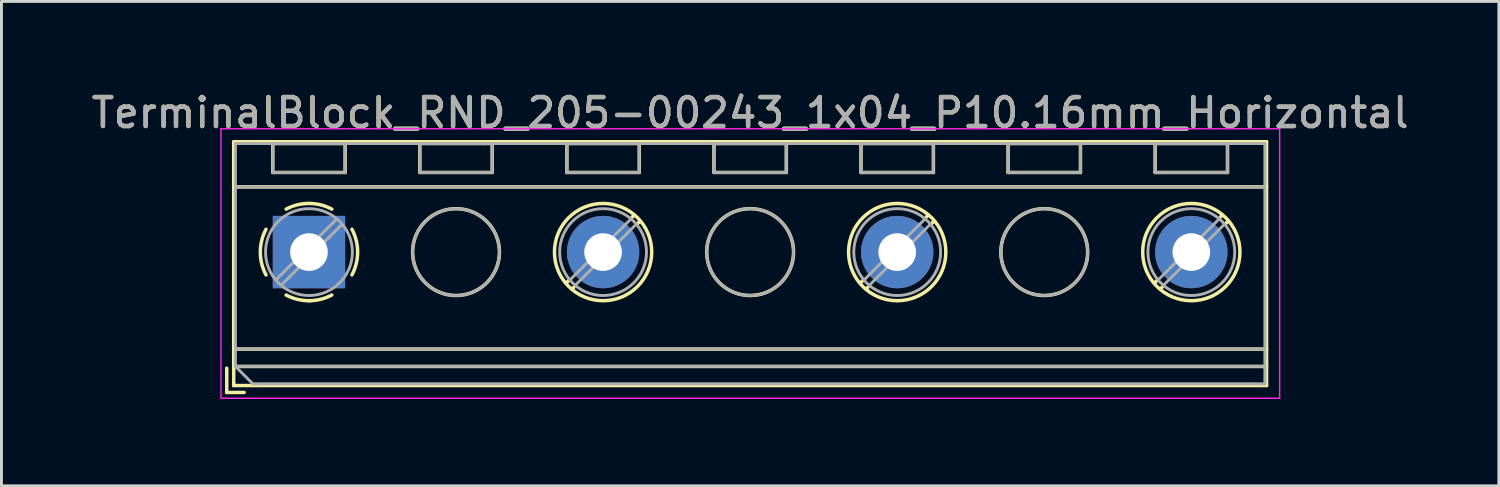
<source format=kicad_pcb>
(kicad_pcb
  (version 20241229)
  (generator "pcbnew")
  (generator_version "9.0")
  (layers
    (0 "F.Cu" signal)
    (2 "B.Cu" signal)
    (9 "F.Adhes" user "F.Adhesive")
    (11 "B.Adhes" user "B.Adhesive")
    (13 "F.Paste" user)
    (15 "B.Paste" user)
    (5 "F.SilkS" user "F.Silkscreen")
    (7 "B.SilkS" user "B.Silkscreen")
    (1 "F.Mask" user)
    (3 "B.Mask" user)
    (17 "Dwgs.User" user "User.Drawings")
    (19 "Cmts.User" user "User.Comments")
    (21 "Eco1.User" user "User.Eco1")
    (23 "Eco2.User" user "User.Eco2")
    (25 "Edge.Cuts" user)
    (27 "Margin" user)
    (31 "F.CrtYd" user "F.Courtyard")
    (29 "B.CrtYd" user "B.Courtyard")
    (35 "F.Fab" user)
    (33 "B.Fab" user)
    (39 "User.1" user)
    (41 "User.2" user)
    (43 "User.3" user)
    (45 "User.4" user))
  (footprint "TerminalBlock_RND_205-00243_1x04_P10.16mm_Horizontal"
    (layer "F.Cu")
    (at 7.623 5.658)
    (property "Reference" "TerminalBlock_RND_205-00243_1x04_P10.16mm_Horizontal" (at 15.24 -4.81 0) (layer "F.SilkS") (effects (font (size 1 1) (thickness 0.15))))
    (attr through_hole)
    (fp_line (start -2.84 4.01) (end -2.84 4.85) (stroke (width 0.12) (type solid)) (layer "F.SilkS"))
    (fp_line (start -2.84 4.85) (end -2.24 4.85) (stroke (width 0.12) (type solid)) (layer "F.SilkS"))
    (fp_line (start -2.6 -3.811) (end -2.6 4.61) (stroke (width 0.12) (type solid)) (layer "F.SilkS"))
    (fp_line (start -2.6 -3.811) (end 33.08 -3.811) (stroke (width 0.12) (type solid)) (layer "F.SilkS"))
    (fp_line (start -2.6 -2.251) (end 33.08 -2.251) (stroke (width 0.12) (type solid)) (layer "F.SilkS"))
    (fp_line (start -2.6 3.35) (end 33.08 3.35) (stroke (width 0.12) (type solid)) (layer "F.SilkS"))
    (fp_line (start -2.6 3.95) (end 33.08 3.95) (stroke (width 0.12) (type solid)) (layer "F.SilkS"))
    (fp_line (start -2.6 4.61) (end 33.08 4.61) (stroke (width 0.12) (type solid)) (layer "F.SilkS"))
    (fp_line (start -1.25 -3.751) (end -1.25 -2.751) (stroke (width 0.12) (type solid)) (layer "F.SilkS"))
    (fp_line (start -1.25 -3.751) (end 1.25 -3.751) (stroke (width 0.12) (type solid)) (layer "F.SilkS"))
    (fp_line (start -1.25 -2.751) (end 1.25 -2.751) (stroke (width 0.12) (type solid)) (layer "F.SilkS"))
    (fp_line (start 1.25 -3.751) (end 1.25 -2.751) (stroke (width 0.12) (type solid)) (layer "F.SilkS"))
    (fp_line (start 3.83 -3.751) (end 3.83 -2.751) (stroke (width 0.12) (type solid)) (layer "F.SilkS"))
    (fp_line (start 3.83 -3.751) (end 6.33 -3.751) (stroke (width 0.12) (type solid)) (layer "F.SilkS"))
    (fp_line (start 3.83 -2.751) (end 6.33 -2.751) (stroke (width 0.12) (type solid)) (layer "F.SilkS"))
    (fp_line (start 6.33 -3.751) (end 6.33 -2.751) (stroke (width 0.12) (type solid)) (layer "F.SilkS"))
    (fp_line (start 8.91 -3.751) (end 8.91 -2.751) (stroke (width 0.12) (type solid)) (layer "F.SilkS"))
    (fp_line (start 8.91 -3.751) (end 11.41 -3.751) (stroke (width 0.12) (type solid)) (layer "F.SilkS"))
    (fp_line (start 8.91 -2.751) (end 11.41 -2.751) (stroke (width 0.12) (type solid)) (layer "F.SilkS"))
    (fp_line (start 8.98 0.976) (end 8.886 1.069) (stroke (width 0.12) (type solid)) (layer "F.SilkS"))
    (fp_line (start 9.15 1.216) (end 9.091 1.274) (stroke (width 0.12) (type solid)) (layer "F.SilkS"))
    (fp_line (start 11.23 -1.275) (end 11.171 -1.216) (stroke (width 0.12) (type solid)) (layer "F.SilkS"))
    (fp_line (start 11.41 -3.751) (end 11.41 -2.751) (stroke (width 0.12) (type solid)) (layer "F.SilkS"))
    (fp_line (start 11.435 -1.069) (end 11.341 -0.976) (stroke (width 0.12) (type solid)) (layer "F.SilkS"))
    (fp_line (start 13.99 -3.751) (end 13.99 -2.751) (stroke (width 0.12) (type solid)) (layer "F.SilkS"))
    (fp_line (start 13.99 -3.751) (end 16.49 -3.751) (stroke (width 0.12) (type solid)) (layer "F.SilkS"))
    (fp_line (start 13.99 -2.751) (end 16.49 -2.751) (stroke (width 0.12) (type solid)) (layer "F.SilkS"))
    (fp_line (start 16.49 -3.751) (end 16.49 -2.751) (stroke (width 0.12) (type solid)) (layer "F.SilkS"))
    (fp_line (start 19.07 -3.751) (end 19.07 -2.751) (stroke (width 0.12) (type solid)) (layer "F.SilkS"))
    (fp_line (start 19.07 -3.751) (end 21.57 -3.751) (stroke (width 0.12) (type solid)) (layer "F.SilkS"))
    (fp_line (start 19.07 -2.751) (end 21.57 -2.751) (stroke (width 0.12) (type solid)) (layer "F.SilkS"))
    (fp_line (start 19.14 0.976) (end 19.046 1.069) (stroke (width 0.12) (type solid)) (layer "F.SilkS"))
    (fp_line (start 19.31 1.216) (end 19.251 1.274) (stroke (width 0.12) (type solid)) (layer "F.SilkS"))
    (fp_line (start 21.39 -1.275) (end 21.331 -1.216) (stroke (width 0.12) (type solid)) (layer "F.SilkS"))
    (fp_line (start 21.57 -3.751) (end 21.57 -2.751) (stroke (width 0.12) (type solid)) (layer "F.SilkS"))
    (fp_line (start 21.595 -1.069) (end 21.501 -0.976) (stroke (width 0.12) (type solid)) (layer "F.SilkS"))
    (fp_line (start 24.15 -3.751) (end 24.15 -2.751) (stroke (width 0.12) (type solid)) (layer "F.SilkS"))
    (fp_line (start 24.15 -3.751) (end 26.65 -3.751) (stroke (width 0.12) (type solid)) (layer "F.SilkS"))
    (fp_line (start 24.15 -2.751) (end 26.65 -2.751) (stroke (width 0.12) (type solid)) (layer "F.SilkS"))
    (fp_line (start 26.65 -3.751) (end 26.65 -2.751) (stroke (width 0.12) (type solid)) (layer "F.SilkS"))
    (fp_line (start 29.23 -3.751) (end 29.23 -2.751) (stroke (width 0.12) (type solid)) (layer "F.SilkS"))
    (fp_line (start 29.23 -3.751) (end 31.73 -3.751) (stroke (width 0.12) (type solid)) (layer "F.SilkS"))
    (fp_line (start 29.23 -2.751) (end 31.73 -2.751) (stroke (width 0.12) (type solid)) (layer "F.SilkS"))
    (fp_line (start 29.3 0.976) (end 29.206 1.069) (stroke (width 0.12) (type solid)) (layer "F.SilkS"))
    (fp_line (start 29.47 1.216) (end 29.411 1.274) (stroke (width 0.12) (type solid)) (layer "F.SilkS"))
    (fp_line (start 31.55 -1.275) (end 31.491 -1.216) (stroke (width 0.12) (type solid)) (layer "F.SilkS"))
    (fp_line (start 31.73 -3.751) (end 31.73 -2.751) (stroke (width 0.12) (type solid)) (layer "F.SilkS"))
    (fp_line (start 31.755 -1.069) (end 31.661 -0.976) (stroke (width 0.12) (type solid)) (layer "F.SilkS"))
    (fp_line (start 33.08 -3.811) (end 33.08 4.61) (stroke (width 0.12) (type solid)) (layer "F.SilkS"))
    (fp_arc (start -1.483953 0.789089) (mid -1.680708 0.00005) (end -1.484 -0.789) (stroke (width 0.12) (type solid)) (layer "F.SilkS"))
    (fp_arc (start -0.789089 -1.483953) (mid -0.00005 -1.680708) (end 0.789 -1.484) (stroke (width 0.12) (type solid)) (layer "F.SilkS"))
    (fp_arc (start 0.029383 1.68045) (mid -0.392304 1.634281) (end -0.789 1.484) (stroke (width 0.12) (type solid)) (layer "F.SilkS"))
    (fp_arc (start 0.788712 1.483352) (mid 0.406429 1.630097) (end 0 1.68) (stroke (width 0.12) (type solid)) (layer "F.SilkS"))
    (fp_arc (start 1.483953 -0.789089) (mid 1.680708 -0.00005) (end 1.484 0.789) (stroke (width 0.12) (type solid)) (layer "F.SilkS"))
    (fp_circle (center 5.08 0) (end 6.58 0) (stroke (width 0.12) (type solid)) (fill no) (layer "F.SilkS"))
    (fp_circle (center 10.16 0) (end 11.84 0) (stroke (width 0.12) (type solid)) (fill no) (layer "F.SilkS"))
    (fp_circle (center 15.24 0) (end 16.74 0) (stroke (width 0.12) (type solid)) (fill no) (layer "F.SilkS"))
    (fp_circle (center 20.32 0) (end 22 0) (stroke (width 0.12) (type solid)) (fill no) (layer "F.SilkS"))
    (fp_circle (center 25.4 0) (end 26.9 0) (stroke (width 0.12) (type solid)) (fill no) (layer "F.SilkS"))
    (fp_circle (center 30.48 0) (end 32.16 0) (stroke (width 0.12) (type solid)) (fill no) (layer "F.SilkS"))
    (fp_line (start -3.04 -4.26) (end -3.04 5.05) (stroke (width 0.05) (type solid)) (layer "F.CrtYd"))
    (fp_line (start -3.04 5.05) (end 33.53 5.05) (stroke (width 0.05) (type solid)) (layer "F.CrtYd"))
    (fp_line (start 33.53 -4.26) (end -3.04 -4.26) (stroke (width 0.05) (type solid)) (layer "F.CrtYd"))
    (fp_line (start 33.53 5.05) (end 33.53 -4.26) (stroke (width 0.05) (type solid)) (layer "F.CrtYd"))
    (fp_line (start -2.54 -3.75) (end 33.02 -3.75) (stroke (width 0.1) (type solid)) (layer "F.Fab"))
    (fp_line (start -2.54 -2.25) (end 33.02 -2.25) (stroke (width 0.1) (type solid)) (layer "F.Fab"))
    (fp_line (start -2.54 3.35) (end 33.02 3.35) (stroke (width 0.1) (type solid)) (layer "F.Fab"))
    (fp_line (start -2.54 3.95) (end -2.54 -3.75) (stroke (width 0.1) (type solid)) (layer "F.Fab"))
    (fp_line (start -2.54 3.95) (end 33.02 3.95) (stroke (width 0.1) (type solid)) (layer "F.Fab"))
    (fp_line (start -1.94 4.55) (end -2.54 3.95) (stroke (width 0.1) (type solid)) (layer "F.Fab"))
    (fp_line (start -1.25 -3.75) (end -1.25 -2.75) (stroke (width 0.1) (type solid)) (layer "F.Fab"))
    (fp_line (start -1.25 -2.75) (end 1.25 -2.75) (stroke (width 0.1) (type solid)) (layer "F.Fab"))
    (fp_line (start 0.955 -1.138) (end -1.138 0.955) (stroke (width 0.1) (type solid)) (layer "F.Fab"))
    (fp_line (start 1.138 -0.955) (end -0.955 1.138) (stroke (width 0.1) (type solid)) (layer "F.Fab"))
    (fp_line (start 1.25 -3.75) (end -1.25 -3.75) (stroke (width 0.1) (type solid)) (layer "F.Fab"))
    (fp_line (start 1.25 -2.75) (end 1.25 -3.75) (stroke (width 0.1) (type solid)) (layer "F.Fab"))
    (fp_line (start 3.83 -3.75) (end 3.83 -2.75) (stroke (width 0.1) (type solid)) (layer "F.Fab"))
    (fp_line (start 3.83 -2.75) (end 6.33 -2.75) (stroke (width 0.1) (type solid)) (layer "F.Fab"))
    (fp_line (start 6.33 -3.75) (end 3.83 -3.75) (stroke (width 0.1) (type solid)) (layer "F.Fab"))
    (fp_line (start 6.33 -2.75) (end 6.33 -3.75) (stroke (width 0.1) (type solid)) (layer "F.Fab"))
    (fp_line (start 8.91 -3.75) (end 8.91 -2.75) (stroke (width 0.1) (type solid)) (layer "F.Fab"))
    (fp_line (start 8.91 -2.75) (end 11.41 -2.75) (stroke (width 0.1) (type solid)) (layer "F.Fab"))
    (fp_line (start 11.115 -1.138) (end 9.023 0.955) (stroke (width 0.1) (type solid)) (layer "F.Fab"))
    (fp_line (start 11.298 -0.955) (end 9.206 1.138) (stroke (width 0.1) (type solid)) (layer "F.Fab"))
    (fp_line (start 11.41 -3.75) (end 8.91 -3.75) (stroke (width 0.1) (type solid)) (layer "F.Fab"))
    (fp_line (start 11.41 -2.75) (end 11.41 -3.75) (stroke (width 0.1) (type solid)) (layer "F.Fab"))
    (fp_line (start 13.99 -3.75) (end 13.99 -2.75) (stroke (width 0.1) (type solid)) (layer "F.Fab"))
    (fp_line (start 13.99 -2.75) (end 16.49 -2.75) (stroke (width 0.1) (type solid)) (layer "F.Fab"))
    (fp_line (start 16.49 -3.75) (end 13.99 -3.75) (stroke (width 0.1) (type solid)) (layer "F.Fab"))
    (fp_line (start 16.49 -2.75) (end 16.49 -3.75) (stroke (width 0.1) (type solid)) (layer "F.Fab"))
    (fp_line (start 19.07 -3.75) (end 19.07 -2.75) (stroke (width 0.1) (type solid)) (layer "F.Fab"))
    (fp_line (start 19.07 -2.75) (end 21.57 -2.75) (stroke (width 0.1) (type solid)) (layer "F.Fab"))
    (fp_line (start 21.275 -1.138) (end 19.183 0.955) (stroke (width 0.1) (type solid)) (layer "F.Fab"))
    (fp_line (start 21.458 -0.955) (end 19.366 1.138) (stroke (width 0.1) (type solid)) (layer "F.Fab"))
    (fp_line (start 21.57 -3.75) (end 19.07 -3.75) (stroke (width 0.1) (type solid)) (layer "F.Fab"))
    (fp_line (start 21.57 -2.75) (end 21.57 -3.75) (stroke (width 0.1) (type solid)) (layer "F.Fab"))
    (fp_line (start 24.15 -3.75) (end 24.15 -2.75) (stroke (width 0.1) (type solid)) (layer "F.Fab"))
    (fp_line (start 24.15 -2.75) (end 26.65 -2.75) (stroke (width 0.1) (type solid)) (layer "F.Fab"))
    (fp_line (start 26.65 -3.75) (end 24.15 -3.75) (stroke (width 0.1) (type solid)) (layer "F.Fab"))
    (fp_line (start 26.65 -2.75) (end 26.65 -3.75) (stroke (width 0.1) (type solid)) (layer "F.Fab"))
    (fp_line (start 29.23 -3.75) (end 29.23 -2.75) (stroke (width 0.1) (type solid)) (layer "F.Fab"))
    (fp_line (start 29.23 -2.75) (end 31.73 -2.75) (stroke (width 0.1) (type solid)) (layer "F.Fab"))
    (fp_line (start 31.435 -1.138) (end 29.343 0.955) (stroke (width 0.1) (type solid)) (layer "F.Fab"))
    (fp_line (start 31.618 -0.955) (end 29.526 1.138) (stroke (width 0.1) (type solid)) (layer "F.Fab"))
    (fp_line (start 31.73 -3.75) (end 29.23 -3.75) (stroke (width 0.1) (type solid)) (layer "F.Fab"))
    (fp_line (start 31.73 -2.75) (end 31.73 -3.75) (stroke (width 0.1) (type solid)) (layer "F.Fab"))
    (fp_line (start 33.02 -3.75) (end 33.02 4.55) (stroke (width 0.1) (type solid)) (layer "F.Fab"))
    (fp_line (start 33.02 4.55) (end -1.94 4.55) (stroke (width 0.1) (type solid)) (layer "F.Fab"))
    (fp_circle (center 0 0) (end 1.5 0) (stroke (width 0.1) (type solid)) (fill no) (layer "F.Fab"))
    (fp_circle (center 5.08 0) (end 6.58 0) (stroke (width 0.1) (type solid)) (fill no) (layer "F.Fab"))
    (fp_circle (center 10.16 0) (end 11.66 0) (stroke (width 0.1) (type solid)) (fill no) (layer "F.Fab"))
    (fp_circle (center 15.24 0) (end 16.74 0) (stroke (width 0.1) (type solid)) (fill no) (layer "F.Fab"))
    (fp_circle (center 20.32 0) (end 21.82 0) (stroke (width 0.1) (type solid)) (fill no) (layer "F.Fab"))
    (fp_circle (center 25.4 0) (end 26.9 0) (stroke (width 0.1) (type solid)) (fill no) (layer "F.Fab"))
    (fp_circle (center 30.48 0) (end 31.98 0) (stroke (width 0.1) (type solid)) (fill no) (layer "F.Fab"))
    (fp_text user "${REFERENCE}" (at 15.24 -4.81 0) (layer "F.Fab") (effects (font (size 1 1) (thickness 0.15))))
    (pad "1" thru_hole rect (at 0 0) (size 2.5 2.5) (drill 1.3) (layers "*.Cu" "*.Mask"))
    (pad "2" thru_hole circle (at 10.16 0) (size 2.5 2.5) (drill 1.3) (layers "*.Cu" "*.Mask"))
    (pad "3" thru_hole circle (at 20.32 0) (size 2.5 2.5) (drill 1.3) (layers "*.Cu" "*.Mask"))
    (pad "4" thru_hole circle (at 30.48 0) (size 2.5 2.5) (drill 1.3) (layers "*.Cu" "*.Mask")))
  (gr_rect
    (start -3 -3)
    (end 48.726 13.733)
    (stroke (width 0.1) (type default))
    (fill no)
    (layer "Edge.Cuts")))
</source>
